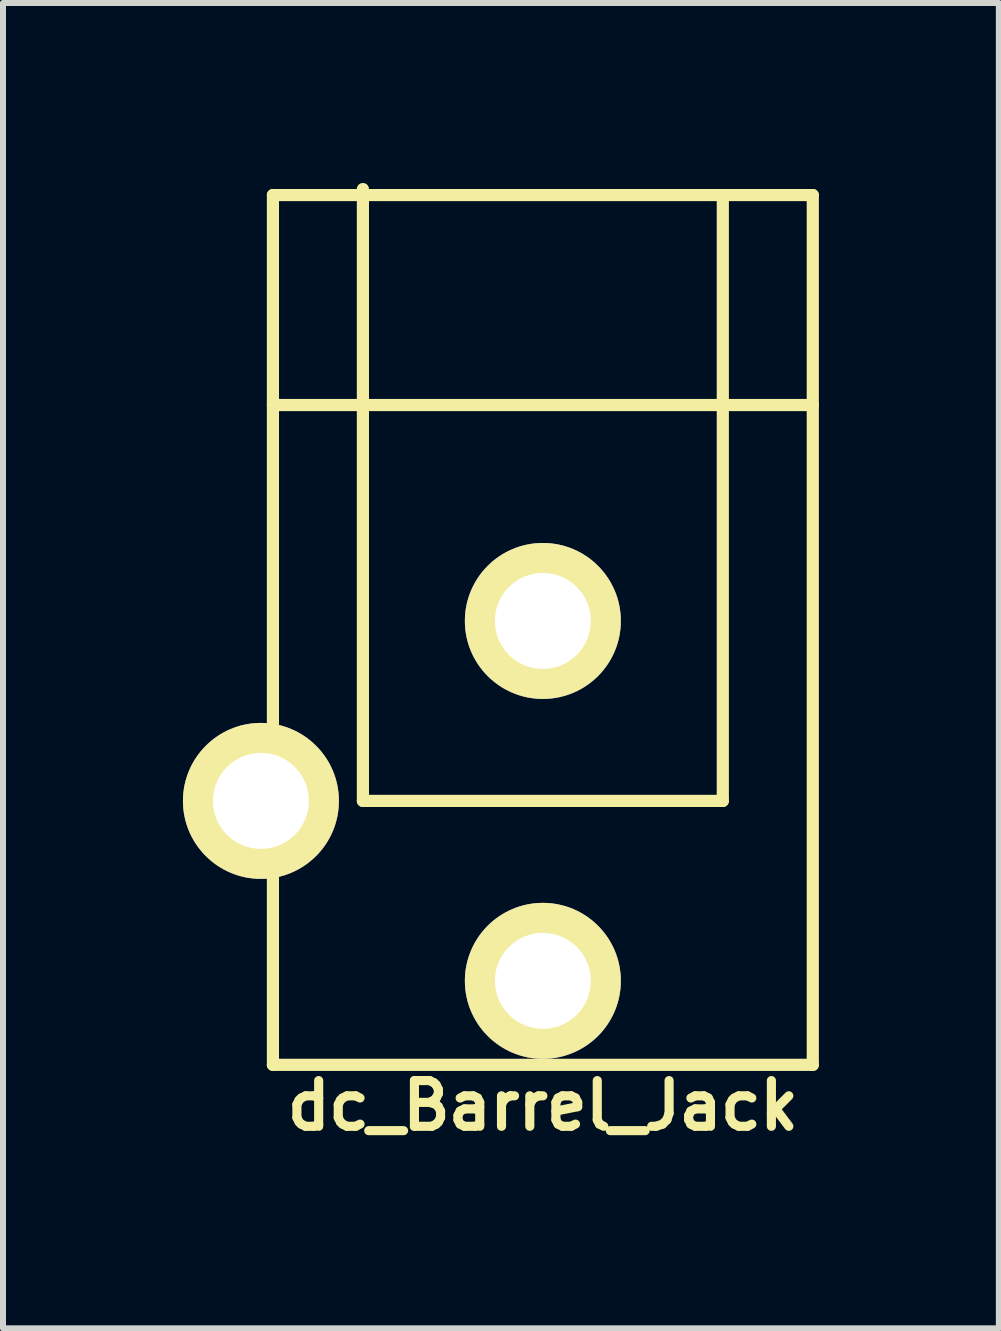
<source format=kicad_pcb>
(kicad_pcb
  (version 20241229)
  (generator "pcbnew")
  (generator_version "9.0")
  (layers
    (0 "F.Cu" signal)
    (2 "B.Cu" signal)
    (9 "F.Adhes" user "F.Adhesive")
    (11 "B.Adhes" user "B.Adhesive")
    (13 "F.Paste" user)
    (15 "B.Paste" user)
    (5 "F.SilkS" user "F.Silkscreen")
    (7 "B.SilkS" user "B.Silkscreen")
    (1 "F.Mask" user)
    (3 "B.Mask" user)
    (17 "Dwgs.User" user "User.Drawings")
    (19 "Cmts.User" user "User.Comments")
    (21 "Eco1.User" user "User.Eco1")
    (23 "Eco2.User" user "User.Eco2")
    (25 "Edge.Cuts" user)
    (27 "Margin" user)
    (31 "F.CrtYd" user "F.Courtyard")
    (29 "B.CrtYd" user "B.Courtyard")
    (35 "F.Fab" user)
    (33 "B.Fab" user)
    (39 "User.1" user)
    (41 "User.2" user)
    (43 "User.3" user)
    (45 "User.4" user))
  (footprint "dc_Barrel_Jack"
    (layer "F.Cu")
    (at 6 10.302)
    (property "Reference" "dc_Barrel_Jack" (at 0 5.08 0) (layer "F.SilkS") (effects (font (size 0.762 0.762) (thickness 0.152))))
    (attr through_hole)
    (fp_line (start -4.5 -10.1) (end -4.5 4.4) (stroke (width 0.203) (type solid)) (layer "F.SilkS"))
    (fp_line (start -4.5 -6.6) (end 4.5 -6.6) (stroke (width 0.203) (type solid)) (layer "F.SilkS"))
    (fp_line (start -4.5 4.4) (end 4.5 4.4) (stroke (width 0.203) (type solid)) (layer "F.SilkS"))
    (fp_line (start -3 0) (end -3 -10.2) (stroke (width 0.203) (type solid)) (layer "F.SilkS"))
    (fp_line (start 3 -10.1) (end 3 0) (stroke (width 0.203) (type solid)) (layer "F.SilkS"))
    (fp_line (start 3 0) (end -3 0) (stroke (width 0.203) (type solid)) (layer "F.SilkS"))
    (fp_line (start 4.5 -10.1) (end -4.5 -10.1) (stroke (width 0.203) (type solid)) (layer "F.SilkS"))
    (fp_line (start 4.5 4.4) (end 4.5 -10.1) (stroke (width 0.203) (type solid)) (layer "F.SilkS"))
    (pad "1" thru_hole circle (at 0 3) (size 2.6 2.6) (drill 1.6) (layers "*.Cu" "*.Mask" "F.SilkS"))
    (pad "2" thru_hole circle (at -4.7 0) (size 2.6 2.6) (drill 1.6) (layers "*.Cu" "*.Mask" "F.SilkS"))
    (pad "2" thru_hole circle (at 0 -3) (size 2.6 2.6) (drill 1.6) (layers "*.Cu" "*.Mask" "F.SilkS")))
  (gr_rect
    (start -3 -3)
    (end 13.602 19.095)
    (stroke (width 0.1) (type default))
    (fill no)
    (layer "Edge.Cuts")))
</source>
